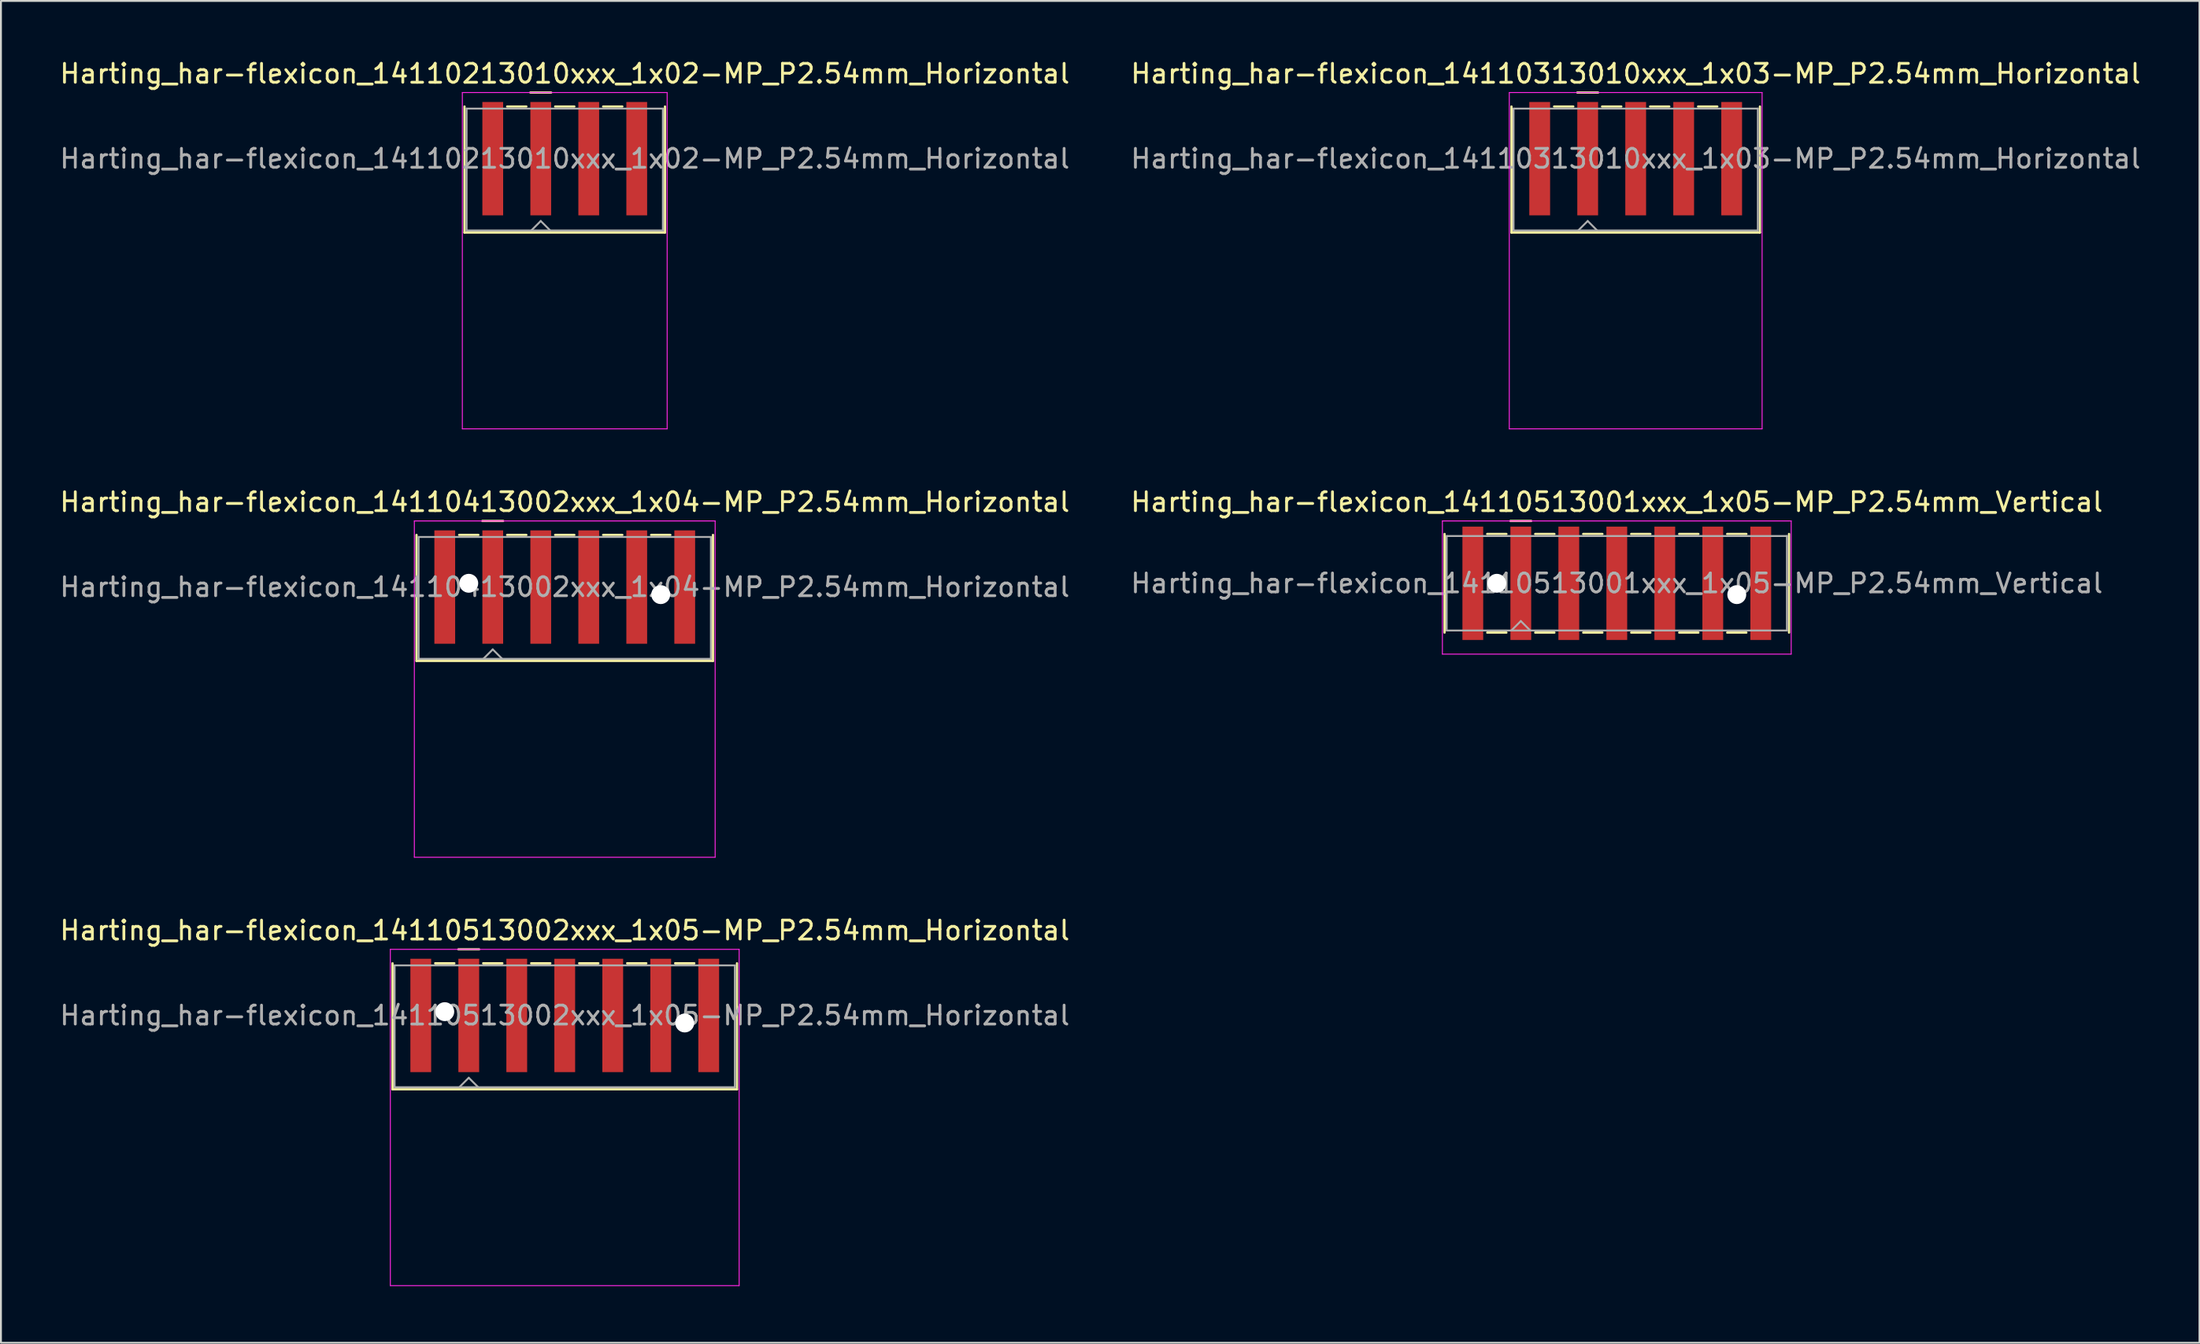
<source format=kicad_pcb>
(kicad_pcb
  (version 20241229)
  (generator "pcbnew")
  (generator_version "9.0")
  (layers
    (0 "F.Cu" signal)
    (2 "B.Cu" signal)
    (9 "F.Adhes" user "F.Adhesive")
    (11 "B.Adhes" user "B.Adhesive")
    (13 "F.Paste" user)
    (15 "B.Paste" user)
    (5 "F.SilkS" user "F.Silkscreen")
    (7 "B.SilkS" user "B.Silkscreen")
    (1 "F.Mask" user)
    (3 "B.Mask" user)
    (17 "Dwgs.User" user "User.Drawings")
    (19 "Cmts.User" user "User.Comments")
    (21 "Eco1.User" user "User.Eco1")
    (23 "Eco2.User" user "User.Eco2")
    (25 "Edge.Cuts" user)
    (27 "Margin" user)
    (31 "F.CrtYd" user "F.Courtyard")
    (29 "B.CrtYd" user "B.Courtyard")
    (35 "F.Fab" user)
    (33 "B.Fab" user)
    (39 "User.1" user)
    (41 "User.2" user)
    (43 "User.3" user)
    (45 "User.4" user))
  (footprint "Harting_har-flexicon_14110513002xxx_1x05-MP_P2.54mm_Horizontal"
    (layer "F.Cu")
    (at 26.839 51.995)
    (property "Reference" "Harting_har-flexicon_14110513002xxx_1x05-MP_P2.54mm_Horizontal" (at 0 -5.8 0) (layer "F.SilkS") (effects (font (size 1 1) (thickness 0.15))))
    (attr smd)
    (fp_line (start -9.115 -4.06) (end -9.115 2.61) (stroke (width 0.12) (type solid)) (layer "F.SilkS"))
    (fp_line (start -6.858 -4.06) (end -5.842 -4.06) (stroke (width 0.12) (type solid)) (layer "F.SilkS"))
    (fp_line (start -5.63 -4.8) (end -4.53 -4.8) (stroke (width 0.12) (type solid)) (layer "F.SilkS"))
    (fp_line (start -4.318 -4.06) (end -3.302 -4.06) (stroke (width 0.12) (type solid)) (layer "F.SilkS"))
    (fp_line (start -1.778 -4.06) (end -0.762 -4.06) (stroke (width 0.12) (type solid)) (layer "F.SilkS"))
    (fp_line (start 0.762 -4.06) (end 1.778 -4.06) (stroke (width 0.12) (type solid)) (layer "F.SilkS"))
    (fp_line (start 3.302 -4.06) (end 4.318 -4.06) (stroke (width 0.12) (type solid)) (layer "F.SilkS"))
    (fp_line (start 5.842 -4.06) (end 6.858 -4.06) (stroke (width 0.12) (type solid)) (layer "F.SilkS"))
    (fp_line (start 9.115 -4.06) (end 9.115 2.61) (stroke (width 0.12) (type solid)) (layer "F.SilkS"))
    (fp_line (start 9.115 2.61) (end -9.115 2.61) (stroke (width 0.12) (type solid)) (layer "F.SilkS"))
    (fp_line (start -9.23 -4.8) (end -9.23 13) (stroke (width 0.05) (type solid)) (layer "F.CrtYd"))
    (fp_line (start -9.23 13) (end 9.23 13) (stroke (width 0.05) (type solid)) (layer "F.CrtYd"))
    (fp_line (start 9.23 -4.8) (end -9.23 -4.8) (stroke (width 0.05) (type solid)) (layer "F.CrtYd"))
    (fp_line (start 9.23 13) (end 9.23 -4.8) (stroke (width 0.05) (type solid)) (layer "F.CrtYd"))
    (fp_line (start -9.005 -3.95) (end -9.005 2.5) (stroke (width 0.1) (type solid)) (layer "F.Fab"))
    (fp_line (start -9.005 2.5) (end 9.005 2.5) (stroke (width 0.1) (type solid)) (layer "F.Fab"))
    (fp_line (start -5.58 2.5) (end -5.08 2) (stroke (width 0.1) (type solid)) (layer "F.Fab"))
    (fp_line (start -5.08 2) (end -4.58 2.5) (stroke (width 0.1) (type solid)) (layer "F.Fab"))
    (fp_line (start 9.005 -3.95) (end -9.005 -3.95) (stroke (width 0.1) (type solid)) (layer "F.Fab"))
    (fp_line (start 9.005 2.5) (end 9.005 -3.95) (stroke (width 0.1) (type solid)) (layer "F.Fab"))
    (fp_text user "${REFERENCE}" (at 0 -1.3 0) (layer "F.Fab") (effects (font (size 1 1) (thickness 0.15))))
    (pad "" np_thru_hole circle (at -6.35 -1.5) (size 1 1) (drill 1) (layers "*.Cu" "*.Mask"))
    (pad "" np_thru_hole circle (at 6.35 -0.9) (size 1 1) (drill 1) (layers "*.Cu" "*.Mask"))
    (pad "1" smd rect (at -5.08 -1.3) (size 1.1 6) (layers "F.Cu" "F.Mask" "F.Paste"))
    (pad "2" smd rect (at -2.54 -1.3) (size 1.1 6) (layers "F.Cu" "F.Mask" "F.Paste"))
    (pad "3" smd rect (at 0 -1.3) (size 1.1 6) (layers "F.Cu" "F.Mask" "F.Paste"))
    (pad "4" smd rect (at 2.54 -1.3) (size 1.1 6) (layers "F.Cu" "F.Mask" "F.Paste"))
    (pad "5" smd rect (at 5.08 -1.3) (size 1.1 6) (layers "F.Cu" "F.Mask" "F.Paste"))
    (pad "MP" smd rect (at -7.62 -1.3) (size 1.1 6) (layers "F.Cu" "F.Mask" "F.Paste"))
    (pad "MP" smd rect (at 7.62 -1.3) (size 1.1 6) (layers "F.Cu" "F.Mask" "F.Paste")))
  (footprint "Harting_har-flexicon_14110413002xxx_1x04-MP_P2.54mm_Horizontal"
    (layer "F.Cu")
    (at 26.839 29.322)
    (property "Reference" "Harting_har-flexicon_14110413002xxx_1x04-MP_P2.54mm_Horizontal" (at 0 -5.8 0) (layer "F.SilkS") (effects (font (size 1 1) (thickness 0.15))))
    (attr smd)
    (fp_line (start -7.845 -4.06) (end -7.845 2.61) (stroke (width 0.12) (type solid)) (layer "F.SilkS"))
    (fp_line (start -5.588 -4.06) (end -4.572 -4.06) (stroke (width 0.12) (type solid)) (layer "F.SilkS"))
    (fp_line (start -4.36 -4.8) (end -3.26 -4.8) (stroke (width 0.12) (type solid)) (layer "F.SilkS"))
    (fp_line (start -3.048 -4.06) (end -2.032 -4.06) (stroke (width 0.12) (type solid)) (layer "F.SilkS"))
    (fp_line (start -0.508 -4.06) (end 0.508 -4.06) (stroke (width 0.12) (type solid)) (layer "F.SilkS"))
    (fp_line (start 2.032 -4.06) (end 3.048 -4.06) (stroke (width 0.12) (type solid)) (layer "F.SilkS"))
    (fp_line (start 4.572 -4.06) (end 5.588 -4.06) (stroke (width 0.12) (type solid)) (layer "F.SilkS"))
    (fp_line (start 7.845 -4.06) (end 7.845 2.61) (stroke (width 0.12) (type solid)) (layer "F.SilkS"))
    (fp_line (start 7.845 2.61) (end -7.845 2.61) (stroke (width 0.12) (type solid)) (layer "F.SilkS"))
    (fp_line (start -7.96 -4.8) (end -7.96 13) (stroke (width 0.05) (type solid)) (layer "F.CrtYd"))
    (fp_line (start -7.96 13) (end 7.96 13) (stroke (width 0.05) (type solid)) (layer "F.CrtYd"))
    (fp_line (start 7.96 -4.8) (end -7.96 -4.8) (stroke (width 0.05) (type solid)) (layer "F.CrtYd"))
    (fp_line (start 7.96 13) (end 7.96 -4.8) (stroke (width 0.05) (type solid)) (layer "F.CrtYd"))
    (fp_line (start -7.735 -3.95) (end -7.735 2.5) (stroke (width 0.1) (type solid)) (layer "F.Fab"))
    (fp_line (start -7.735 2.5) (end 7.735 2.5) (stroke (width 0.1) (type solid)) (layer "F.Fab"))
    (fp_line (start -4.31 2.5) (end -3.81 2) (stroke (width 0.1) (type solid)) (layer "F.Fab"))
    (fp_line (start -3.81 2) (end -3.31 2.5) (stroke (width 0.1) (type solid)) (layer "F.Fab"))
    (fp_line (start 7.735 -3.95) (end -7.735 -3.95) (stroke (width 0.1) (type solid)) (layer "F.Fab"))
    (fp_line (start 7.735 2.5) (end 7.735 -3.95) (stroke (width 0.1) (type solid)) (layer "F.Fab"))
    (fp_text user "${REFERENCE}" (at 0 -1.3 0) (layer "F.Fab") (effects (font (size 1 1) (thickness 0.15))))
    (pad "" np_thru_hole circle (at -5.08 -1.5) (size 1 1) (drill 1) (layers "*.Cu" "*.Mask"))
    (pad "" np_thru_hole circle (at 5.08 -0.9) (size 1 1) (drill 1) (layers "*.Cu" "*.Mask"))
    (pad "1" smd rect (at -3.81 -1.3) (size 1.1 6) (layers "F.Cu" "F.Mask" "F.Paste"))
    (pad "2" smd rect (at -1.27 -1.3) (size 1.1 6) (layers "F.Cu" "F.Mask" "F.Paste"))
    (pad "3" smd rect (at 1.27 -1.3) (size 1.1 6) (layers "F.Cu" "F.Mask" "F.Paste"))
    (pad "4" smd rect (at 3.81 -1.3) (size 1.1 6) (layers "F.Cu" "F.Mask" "F.Paste"))
    (pad "MP" smd rect (at -6.35 -1.3) (size 1.1 6) (layers "F.Cu" "F.Mask" "F.Paste"))
    (pad "MP" smd rect (at 6.35 -1.3) (size 1.1 6) (layers "F.Cu" "F.Mask" "F.Paste")))
  (footprint "Harting_har-flexicon_14110313010xxx_1x03-MP_P2.54mm_Horizontal"
    (layer "F.Cu")
    (at 83.518 6.648)
    (property "Reference" "Harting_har-flexicon_14110313010xxx_1x03-MP_P2.54mm_Horizontal" (at 0 -5.8 0) (layer "F.SilkS") (effects (font (size 1 1) (thickness 0.15))))
    (attr smd)
    (fp_line (start -6.575 -4.06) (end -6.575 2.61) (stroke (width 0.12) (type solid)) (layer "F.SilkS"))
    (fp_line (start -4.318 -4.06) (end -3.302 -4.06) (stroke (width 0.12) (type solid)) (layer "F.SilkS"))
    (fp_line (start -3.09 -4.8) (end -1.99 -4.8) (stroke (width 0.12) (type solid)) (layer "F.SilkS"))
    (fp_line (start -1.778 -4.06) (end -0.762 -4.06) (stroke (width 0.12) (type solid)) (layer "F.SilkS"))
    (fp_line (start 0.762 -4.06) (end 1.778 -4.06) (stroke (width 0.12) (type solid)) (layer "F.SilkS"))
    (fp_line (start 3.302 -4.06) (end 4.318 -4.06) (stroke (width 0.12) (type solid)) (layer "F.SilkS"))
    (fp_line (start 6.575 -4.06) (end 6.575 2.61) (stroke (width 0.12) (type solid)) (layer "F.SilkS"))
    (fp_line (start 6.575 2.61) (end -6.575 2.61) (stroke (width 0.12) (type solid)) (layer "F.SilkS"))
    (fp_line (start -6.69 -4.8) (end -6.69 13) (stroke (width 0.05) (type solid)) (layer "F.CrtYd"))
    (fp_line (start -6.69 13) (end 6.69 13) (stroke (width 0.05) (type solid)) (layer "F.CrtYd"))
    (fp_line (start 6.69 -4.8) (end -6.69 -4.8) (stroke (width 0.05) (type solid)) (layer "F.CrtYd"))
    (fp_line (start 6.69 13) (end 6.69 -4.8) (stroke (width 0.05) (type solid)) (layer "F.CrtYd"))
    (fp_line (start -6.465 -3.95) (end -6.465 2.5) (stroke (width 0.1) (type solid)) (layer "F.Fab"))
    (fp_line (start -6.465 2.5) (end 6.465 2.5) (stroke (width 0.1) (type solid)) (layer "F.Fab"))
    (fp_line (start -3.04 2.5) (end -2.54 2) (stroke (width 0.1) (type solid)) (layer "F.Fab"))
    (fp_line (start -2.54 2) (end -2.04 2.5) (stroke (width 0.1) (type solid)) (layer "F.Fab"))
    (fp_line (start 6.465 -3.95) (end -6.465 -3.95) (stroke (width 0.1) (type solid)) (layer "F.Fab"))
    (fp_line (start 6.465 2.5) (end 6.465 -3.95) (stroke (width 0.1) (type solid)) (layer "F.Fab"))
    (fp_text user "${REFERENCE}" (at 0 -1.3 0) (layer "F.Fab") (effects (font (size 1 1) (thickness 0.15))))
    (pad "1" smd rect (at -2.54 -1.3) (size 1.1 6) (layers "F.Cu" "F.Mask" "F.Paste"))
    (pad "2" smd rect (at 0 -1.3) (size 1.1 6) (layers "F.Cu" "F.Mask" "F.Paste"))
    (pad "3" smd rect (at 2.54 -1.3) (size 1.1 6) (layers "F.Cu" "F.Mask" "F.Paste"))
    (pad "MP" smd rect (at -5.08 -1.3) (size 1.1 6) (layers "F.Cu" "F.Mask" "F.Paste"))
    (pad "MP" smd rect (at 5.08 -1.3) (size 1.1 6) (layers "F.Cu" "F.Mask" "F.Paste")))
  (footprint "Harting_har-flexicon_14110213010xxx_1x02-MP_P2.54mm_Horizontal"
    (layer "F.Cu")
    (at 26.839 6.648)
    (property "Reference" "Harting_har-flexicon_14110213010xxx_1x02-MP_P2.54mm_Horizontal" (at 0 -5.8 0) (layer "F.SilkS") (effects (font (size 1 1) (thickness 0.15))))
    (attr smd)
    (fp_line (start -5.305 -4.06) (end -5.305 2.61) (stroke (width 0.12) (type solid)) (layer "F.SilkS"))
    (fp_line (start -3.048 -4.06) (end -2.032 -4.06) (stroke (width 0.12) (type solid)) (layer "F.SilkS"))
    (fp_line (start -1.82 -4.8) (end -0.72 -4.8) (stroke (width 0.12) (type solid)) (layer "F.SilkS"))
    (fp_line (start -0.508 -4.06) (end 0.508 -4.06) (stroke (width 0.12) (type solid)) (layer "F.SilkS"))
    (fp_line (start 2.032 -4.06) (end 3.048 -4.06) (stroke (width 0.12) (type solid)) (layer "F.SilkS"))
    (fp_line (start 5.305 -4.06) (end 5.305 2.61) (stroke (width 0.12) (type solid)) (layer "F.SilkS"))
    (fp_line (start 5.305 2.61) (end -5.305 2.61) (stroke (width 0.12) (type solid)) (layer "F.SilkS"))
    (fp_line (start -5.42 -4.8) (end -5.42 13) (stroke (width 0.05) (type solid)) (layer "F.CrtYd"))
    (fp_line (start -5.42 13) (end 5.42 13) (stroke (width 0.05) (type solid)) (layer "F.CrtYd"))
    (fp_line (start 5.42 -4.8) (end -5.42 -4.8) (stroke (width 0.05) (type solid)) (layer "F.CrtYd"))
    (fp_line (start 5.42 13) (end 5.42 -4.8) (stroke (width 0.05) (type solid)) (layer "F.CrtYd"))
    (fp_line (start -5.195 -3.95) (end -5.195 2.5) (stroke (width 0.1) (type solid)) (layer "F.Fab"))
    (fp_line (start -5.195 2.5) (end 5.195 2.5) (stroke (width 0.1) (type solid)) (layer "F.Fab"))
    (fp_line (start -1.77 2.5) (end -1.27 2) (stroke (width 0.1) (type solid)) (layer "F.Fab"))
    (fp_line (start -1.27 2) (end -0.77 2.5) (stroke (width 0.1) (type solid)) (layer "F.Fab"))
    (fp_line (start 5.195 -3.95) (end -5.195 -3.95) (stroke (width 0.1) (type solid)) (layer "F.Fab"))
    (fp_line (start 5.195 2.5) (end 5.195 -3.95) (stroke (width 0.1) (type solid)) (layer "F.Fab"))
    (fp_text user "${REFERENCE}" (at 0 -1.3 0) (layer "F.Fab") (effects (font (size 1 1) (thickness 0.15))))
    (pad "1" smd rect (at -1.27 -1.3) (size 1.1 6) (layers "F.Cu" "F.Mask" "F.Paste"))
    (pad "2" smd rect (at 1.27 -1.3) (size 1.1 6) (layers "F.Cu" "F.Mask" "F.Paste"))
    (pad "MP" smd rect (at -3.81 -1.3) (size 1.1 6) (layers "F.Cu" "F.Mask" "F.Paste"))
    (pad "MP" smd rect (at 3.81 -1.3) (size 1.1 6) (layers "F.Cu" "F.Mask" "F.Paste")))
  (footprint "Harting_har-flexicon_14110513001xxx_1x05-MP_P2.54mm_Vertical"
    (layer "F.Cu")
    (at 82.518 27.822)
    (property "Reference" "Harting_har-flexicon_14110513001xxx_1x05-MP_P2.54mm_Vertical" (at 0 -4.3 0) (layer "F.SilkS") (effects (font (size 1 1) (thickness 0.15))))
    (attr smd)
    (fp_line (start -9.115 -2.61) (end -9.115 2.61) (stroke (width 0.12) (type solid)) (layer "F.SilkS"))
    (fp_line (start -6.858 -2.61) (end -5.842 -2.61) (stroke (width 0.12) (type solid)) (layer "F.SilkS"))
    (fp_line (start -6.858 2.61) (end -5.842 2.61) (stroke (width 0.12) (type solid)) (layer "F.SilkS"))
    (fp_line (start -5.63 -3.3) (end -4.53 -3.3) (stroke (width 0.12) (type solid)) (layer "F.SilkS"))
    (fp_line (start -4.318 -2.61) (end -3.302 -2.61) (stroke (width 0.12) (type solid)) (layer "F.SilkS"))
    (fp_line (start -4.318 2.61) (end -3.302 2.61) (stroke (width 0.12) (type solid)) (layer "F.SilkS"))
    (fp_line (start -1.778 -2.61) (end -0.762 -2.61) (stroke (width 0.12) (type solid)) (layer "F.SilkS"))
    (fp_line (start -1.778 2.61) (end -0.762 2.61) (stroke (width 0.12) (type solid)) (layer "F.SilkS"))
    (fp_line (start 0.762 -2.61) (end 1.778 -2.61) (stroke (width 0.12) (type solid)) (layer "F.SilkS"))
    (fp_line (start 0.762 2.61) (end 1.778 2.61) (stroke (width 0.12) (type solid)) (layer "F.SilkS"))
    (fp_line (start 3.302 -2.61) (end 4.318 -2.61) (stroke (width 0.12) (type solid)) (layer "F.SilkS"))
    (fp_line (start 3.302 2.61) (end 4.318 2.61) (stroke (width 0.12) (type solid)) (layer "F.SilkS"))
    (fp_line (start 5.842 -2.61) (end 6.858 -2.61) (stroke (width 0.12) (type solid)) (layer "F.SilkS"))
    (fp_line (start 5.842 2.61) (end 6.858 2.61) (stroke (width 0.12) (type solid)) (layer "F.SilkS"))
    (fp_line (start 9.115 -2.61) (end 9.115 2.61) (stroke (width 0.12) (type solid)) (layer "F.SilkS"))
    (fp_line (start -9.23 -3.3) (end -9.23 3.75) (stroke (width 0.05) (type solid)) (layer "F.CrtYd"))
    (fp_line (start -9.23 3.75) (end 9.23 3.75) (stroke (width 0.05) (type solid)) (layer "F.CrtYd"))
    (fp_line (start 9.23 -3.3) (end -9.23 -3.3) (stroke (width 0.05) (type solid)) (layer "F.CrtYd"))
    (fp_line (start 9.23 3.75) (end 9.23 -3.3) (stroke (width 0.05) (type solid)) (layer "F.CrtYd"))
    (fp_line (start -9.005 -2.5) (end -9.005 2.5) (stroke (width 0.1) (type solid)) (layer "F.Fab"))
    (fp_line (start -9.005 2.5) (end 9.005 2.5) (stroke (width 0.1) (type solid)) (layer "F.Fab"))
    (fp_line (start -5.58 2.5) (end -5.08 2) (stroke (width 0.1) (type solid)) (layer "F.Fab"))
    (fp_line (start -5.08 2) (end -4.58 2.5) (stroke (width 0.1) (type solid)) (layer "F.Fab"))
    (fp_line (start 9.005 -2.5) (end -9.005 -2.5) (stroke (width 0.1) (type solid)) (layer "F.Fab"))
    (fp_line (start 9.005 2.5) (end 9.005 -2.5) (stroke (width 0.1) (type solid)) (layer "F.Fab"))
    (fp_text user "${REFERENCE}" (at 0 0 0) (layer "F.Fab") (effects (font (size 1 1) (thickness 0.15))))
    (pad "" np_thru_hole circle (at -6.35 0) (size 1 1) (drill 1) (layers "*.Cu" "*.Mask"))
    (pad "" np_thru_hole circle (at 6.35 0.6) (size 1 1) (drill 1) (layers "*.Cu" "*.Mask"))
    (pad "1" smd rect (at -5.08 0) (size 1.1 6) (layers "F.Cu" "F.Mask" "F.Paste"))
    (pad "2" smd rect (at -2.54 0) (size 1.1 6) (layers "F.Cu" "F.Mask" "F.Paste"))
    (pad "3" smd rect (at 0 0) (size 1.1 6) (layers "F.Cu" "F.Mask" "F.Paste"))
    (pad "4" smd rect (at 2.54 0) (size 1.1 6) (layers "F.Cu" "F.Mask" "F.Paste"))
    (pad "5" smd rect (at 5.08 0) (size 1.1 6) (layers "F.Cu" "F.Mask" "F.Paste"))
    (pad "MP" smd rect (at -7.62 0) (size 1.1 6) (layers "F.Cu" "F.Mask" "F.Paste"))
    (pad "MP" smd rect (at 7.62 0) (size 1.1 6) (layers "F.Cu" "F.Mask" "F.Paste")))
  (gr_rect
    (start -3 -3)
    (end 113.357 68.02)
    (stroke (width 0.1) (type default))
    (fill no)
    (layer "Edge.Cuts")))
</source>
